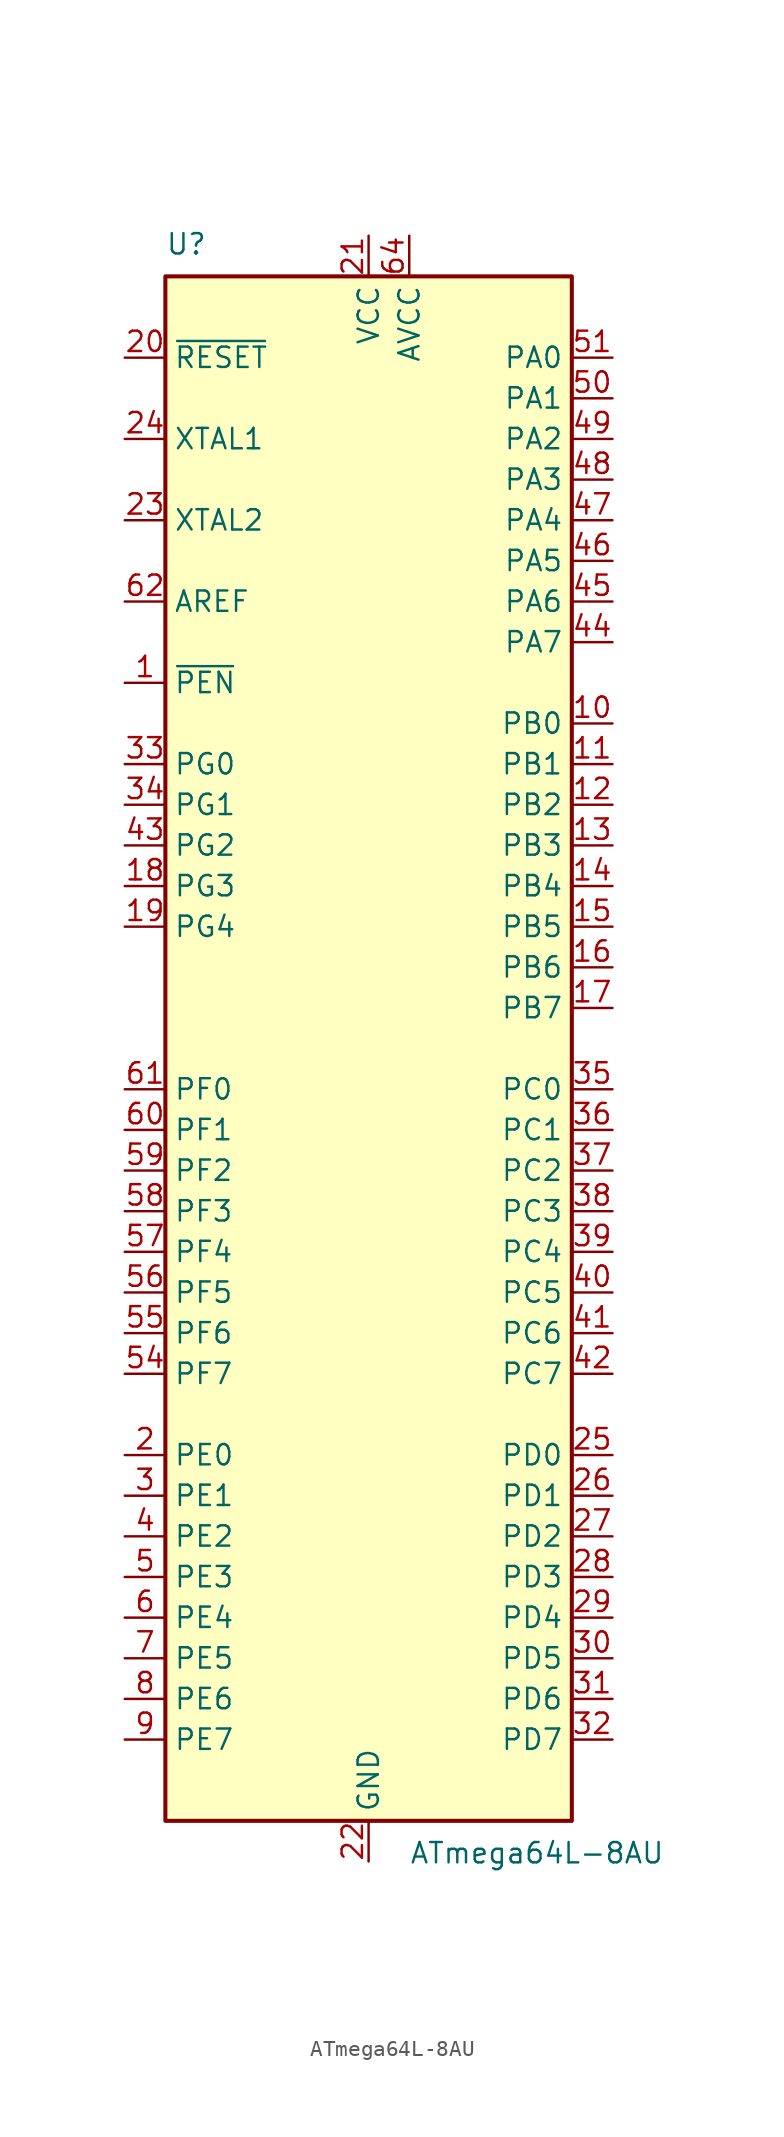
<source format=kicad_sym>
(kicad_symbol_lib
  (version 20201005)
  (generator kicad_symbol_editor)
  (symbol "ATmega64L-8AU"
    (property "Reference" "U"
      (at -12.7 49.53 0)
      (effects (font (size 1.27 1.27)) (justify left bottom)))
    (property "Value" "ATmega64L-8AU"
      (at 2.54 -49.53 0)
      (effects (font (size 1.27 1.27)) (justify left top)))
    (symbol "ATmega64L-8AU_0_1"
      (rectangle (start -12.7 -48.26) (end 12.7 48.26) (stroke (width 0.254)) (fill (type background))))
    (symbol "ATmega64L-8AU_1_1"
      (pin input line (at -15.24 22.86 0) (length 2.54) (name "~PEN" (effects (font (size 1.27 1.27)))) (number "1" (effects (font (size 1.27 1.27)))))
      (pin tri_state line (at 15.24 20.32 180) (length 2.54) (name "PB0" (effects (font (size 1.27 1.27)))) (number "10" (effects (font (size 1.27 1.27)))))
      (pin tri_state line (at 15.24 17.78 180) (length 2.54) (name "PB1" (effects (font (size 1.27 1.27)))) (number "11" (effects (font (size 1.27 1.27)))))
      (pin tri_state line (at 15.24 15.24 180) (length 2.54) (name "PB2" (effects (font (size 1.27 1.27)))) (number "12" (effects (font (size 1.27 1.27)))))
      (pin tri_state line (at 15.24 12.7 180) (length 2.54) (name "PB3" (effects (font (size 1.27 1.27)))) (number "13" (effects (font (size 1.27 1.27)))))
      (pin tri_state line (at 15.24 10.16 180) (length 2.54) (name "PB4" (effects (font (size 1.27 1.27)))) (number "14" (effects (font (size 1.27 1.27)))))
      (pin tri_state line (at 15.24 7.62 180) (length 2.54) (name "PB5" (effects (font (size 1.27 1.27)))) (number "15" (effects (font (size 1.27 1.27)))))
      (pin tri_state line (at 15.24 5.08 180) (length 2.54) (name "PB6" (effects (font (size 1.27 1.27)))) (number "16" (effects (font (size 1.27 1.27)))))
      (pin tri_state line (at 15.24 2.54 180) (length 2.54) (name "PB7" (effects (font (size 1.27 1.27)))) (number "17" (effects (font (size 1.27 1.27)))))
      (pin tri_state line (at -15.24 10.16 0) (length 2.54) (name "PG3" (effects (font (size 1.27 1.27)))) (number "18" (effects (font (size 1.27 1.27)))))
      (pin tri_state line (at -15.24 7.62 0) (length 2.54) (name "PG4" (effects (font (size 1.27 1.27)))) (number "19" (effects (font (size 1.27 1.27)))))
      (pin tri_state line (at -15.24 -25.4 0) (length 2.54) (name "PE0" (effects (font (size 1.27 1.27)))) (number "2" (effects (font (size 1.27 1.27)))))
      (pin input line (at -15.24 43.18 0) (length 2.54) (name "~RESET" (effects (font (size 1.27 1.27)))) (number "20" (effects (font (size 1.27 1.27)))))
      (pin power_in line (at 0 50.8 270) (length 2.54) (name "VCC" (effects (font (size 1.27 1.27)))) (number "21" (effects (font (size 1.27 1.27)))))
      (pin power_in line (at 0 -50.8 90) (length 2.54) (name "GND" (effects (font (size 1.27 1.27)))) (number "22" (effects (font (size 1.27 1.27)))))
      (pin output line (at -15.24 33.02 0) (length 2.54) (name "XTAL2" (effects (font (size 1.27 1.27)))) (number "23" (effects (font (size 1.27 1.27)))))
      (pin input line (at -15.24 38.1 0) (length 2.54) (name "XTAL1" (effects (font (size 1.27 1.27)))) (number "24" (effects (font (size 1.27 1.27)))))
      (pin tri_state line (at 15.24 -25.4 180) (length 2.54) (name "PD0" (effects (font (size 1.27 1.27)))) (number "25" (effects (font (size 1.27 1.27)))))
      (pin tri_state line (at 15.24 -27.94 180) (length 2.54) (name "PD1" (effects (font (size 1.27 1.27)))) (number "26" (effects (font (size 1.27 1.27)))))
      (pin tri_state line (at 15.24 -30.48 180) (length 2.54) (name "PD2" (effects (font (size 1.27 1.27)))) (number "27" (effects (font (size 1.27 1.27)))))
      (pin tri_state line (at 15.24 -33.02 180) (length 2.54) (name "PD3" (effects (font (size 1.27 1.27)))) (number "28" (effects (font (size 1.27 1.27)))))
      (pin tri_state line (at 15.24 -35.56 180) (length 2.54) (name "PD4" (effects (font (size 1.27 1.27)))) (number "29" (effects (font (size 1.27 1.27)))))
      (pin tri_state line (at -15.24 -27.94 0) (length 2.54) (name "PE1" (effects (font (size 1.27 1.27)))) (number "3" (effects (font (size 1.27 1.27)))))
      (pin tri_state line (at 15.24 -38.1 180) (length 2.54) (name "PD5" (effects (font (size 1.27 1.27)))) (number "30" (effects (font (size 1.27 1.27)))))
      (pin tri_state line (at 15.24 -40.64 180) (length 2.54) (name "PD6" (effects (font (size 1.27 1.27)))) (number "31" (effects (font (size 1.27 1.27)))))
      (pin tri_state line (at 15.24 -43.18 180) (length 2.54) (name "PD7" (effects (font (size 1.27 1.27)))) (number "32" (effects (font (size 1.27 1.27)))))
      (pin tri_state line (at -15.24 17.78 0) (length 2.54) (name "PG0" (effects (font (size 1.27 1.27)))) (number "33" (effects (font (size 1.27 1.27)))))
      (pin tri_state line (at -15.24 15.24 0) (length 2.54) (name "PG1" (effects (font (size 1.27 1.27)))) (number "34" (effects (font (size 1.27 1.27)))))
      (pin tri_state line (at 15.24 -2.54 180) (length 2.54) (name "PC0" (effects (font (size 1.27 1.27)))) (number "35" (effects (font (size 1.27 1.27)))))
      (pin tri_state line (at 15.24 -5.08 180) (length 2.54) (name "PC1" (effects (font (size 1.27 1.27)))) (number "36" (effects (font (size 1.27 1.27)))))
      (pin tri_state line (at 15.24 -7.62 180) (length 2.54) (name "PC2" (effects (font (size 1.27 1.27)))) (number "37" (effects (font (size 1.27 1.27)))))
      (pin tri_state line (at 15.24 -10.16 180) (length 2.54) (name "PC3" (effects (font (size 1.27 1.27)))) (number "38" (effects (font (size 1.27 1.27)))))
      (pin tri_state line (at 15.24 -12.7 180) (length 2.54) (name "PC4" (effects (font (size 1.27 1.27)))) (number "39" (effects (font (size 1.27 1.27)))))
      (pin tri_state line (at -15.24 -30.48 0) (length 2.54) (name "PE2" (effects (font (size 1.27 1.27)))) (number "4" (effects (font (size 1.27 1.27)))))
      (pin tri_state line (at 15.24 -15.24 180) (length 2.54) (name "PC5" (effects (font (size 1.27 1.27)))) (number "40" (effects (font (size 1.27 1.27)))))
      (pin tri_state line (at 15.24 -17.78 180) (length 2.54) (name "PC6" (effects (font (size 1.27 1.27)))) (number "41" (effects (font (size 1.27 1.27)))))
      (pin tri_state line (at 15.24 -20.32 180) (length 2.54) (name "PC7" (effects (font (size 1.27 1.27)))) (number "42" (effects (font (size 1.27 1.27)))))
      (pin tri_state line (at -15.24 12.7 0) (length 2.54) (name "PG2" (effects (font (size 1.27 1.27)))) (number "43" (effects (font (size 1.27 1.27)))))
      (pin tri_state line (at 15.24 25.4 180) (length 2.54) (name "PA7" (effects (font (size 1.27 1.27)))) (number "44" (effects (font (size 1.27 1.27)))))
      (pin tri_state line (at 15.24 27.94 180) (length 2.54) (name "PA6" (effects (font (size 1.27 1.27)))) (number "45" (effects (font (size 1.27 1.27)))))
      (pin tri_state line (at 15.24 30.48 180) (length 2.54) (name "PA5" (effects (font (size 1.27 1.27)))) (number "46" (effects (font (size 1.27 1.27)))))
      (pin tri_state line (at 15.24 33.02 180) (length 2.54) (name "PA4" (effects (font (size 1.27 1.27)))) (number "47" (effects (font (size 1.27 1.27)))))
      (pin tri_state line (at 15.24 35.56 180) (length 2.54) (name "PA3" (effects (font (size 1.27 1.27)))) (number "48" (effects (font (size 1.27 1.27)))))
      (pin tri_state line (at 15.24 38.1 180) (length 2.54) (name "PA2" (effects (font (size 1.27 1.27)))) (number "49" (effects (font (size 1.27 1.27)))))
      (pin tri_state line (at -15.24 -33.02 0) (length 2.54) (name "PE3" (effects (font (size 1.27 1.27)))) (number "5" (effects (font (size 1.27 1.27)))))
      (pin tri_state line (at 15.24 40.64 180) (length 2.54) (name "PA1" (effects (font (size 1.27 1.27)))) (number "50" (effects (font (size 1.27 1.27)))))
      (pin tri_state line (at 15.24 43.18 180) (length 2.54) (name "PA0" (effects (font (size 1.27 1.27)))) (number "51" (effects (font (size 1.27 1.27)))))
      (pin passive line (at 0 50.8 270) (length 2.54) hide (name "VCC" (effects (font (size 1.27 1.27)))) (number "52" (effects (font (size 1.27 1.27)))))
      (pin passive line (at 0 -50.8 90) (length 2.54) hide (name "GND" (effects (font (size 1.27 1.27)))) (number "53" (effects (font (size 1.27 1.27)))))
      (pin tri_state line (at -15.24 -20.32 0) (length 2.54) (name "PF7" (effects (font (size 1.27 1.27)))) (number "54" (effects (font (size 1.27 1.27)))))
      (pin tri_state line (at -15.24 -17.78 0) (length 2.54) (name "PF6" (effects (font (size 1.27 1.27)))) (number "55" (effects (font (size 1.27 1.27)))))
      (pin tri_state line (at -15.24 -15.24 0) (length 2.54) (name "PF5" (effects (font (size 1.27 1.27)))) (number "56" (effects (font (size 1.27 1.27)))))
      (pin tri_state line (at -15.24 -12.7 0) (length 2.54) (name "PF4" (effects (font (size 1.27 1.27)))) (number "57" (effects (font (size 1.27 1.27)))))
      (pin tri_state line (at -15.24 -10.16 0) (length 2.54) (name "PF3" (effects (font (size 1.27 1.27)))) (number "58" (effects (font (size 1.27 1.27)))))
      (pin tri_state line (at -15.24 -7.62 0) (length 2.54) (name "PF2" (effects (font (size 1.27 1.27)))) (number "59" (effects (font (size 1.27 1.27)))))
      (pin tri_state line (at -15.24 -35.56 0) (length 2.54) (name "PE4" (effects (font (size 1.27 1.27)))) (number "6" (effects (font (size 1.27 1.27)))))
      (pin tri_state line (at -15.24 -5.08 0) (length 2.54) (name "PF1" (effects (font (size 1.27 1.27)))) (number "60" (effects (font (size 1.27 1.27)))))
      (pin tri_state line (at -15.24 -2.54 0) (length 2.54) (name "PF0" (effects (font (size 1.27 1.27)))) (number "61" (effects (font (size 1.27 1.27)))))
      (pin passive line (at -15.24 27.94 0) (length 2.54) (name "AREF" (effects (font (size 1.27 1.27)))) (number "62" (effects (font (size 1.27 1.27)))))
      (pin passive line (at 0 -50.8 90) (length 2.54) hide (name "GND" (effects (font (size 1.27 1.27)))) (number "63" (effects (font (size 1.27 1.27)))))
      (pin power_in line (at 2.54 50.8 270) (length 2.54) (name "AVCC" (effects (font (size 1.27 1.27)))) (number "64" (effects (font (size 1.27 1.27)))))
      (pin tri_state line (at -15.24 -38.1 0) (length 2.54) (name "PE5" (effects (font (size 1.27 1.27)))) (number "7" (effects (font (size 1.27 1.27)))))
      (pin tri_state line (at -15.24 -40.64 0) (length 2.54) (name "PE6" (effects (font (size 1.27 1.27)))) (number "8" (effects (font (size 1.27 1.27)))))
      (pin tri_state line (at -15.24 -43.18 0) (length 2.54) (name "PE7" (effects (font (size 1.27 1.27)))) (number "9" (effects (font (size 1.27 1.27))))))))
</source>
